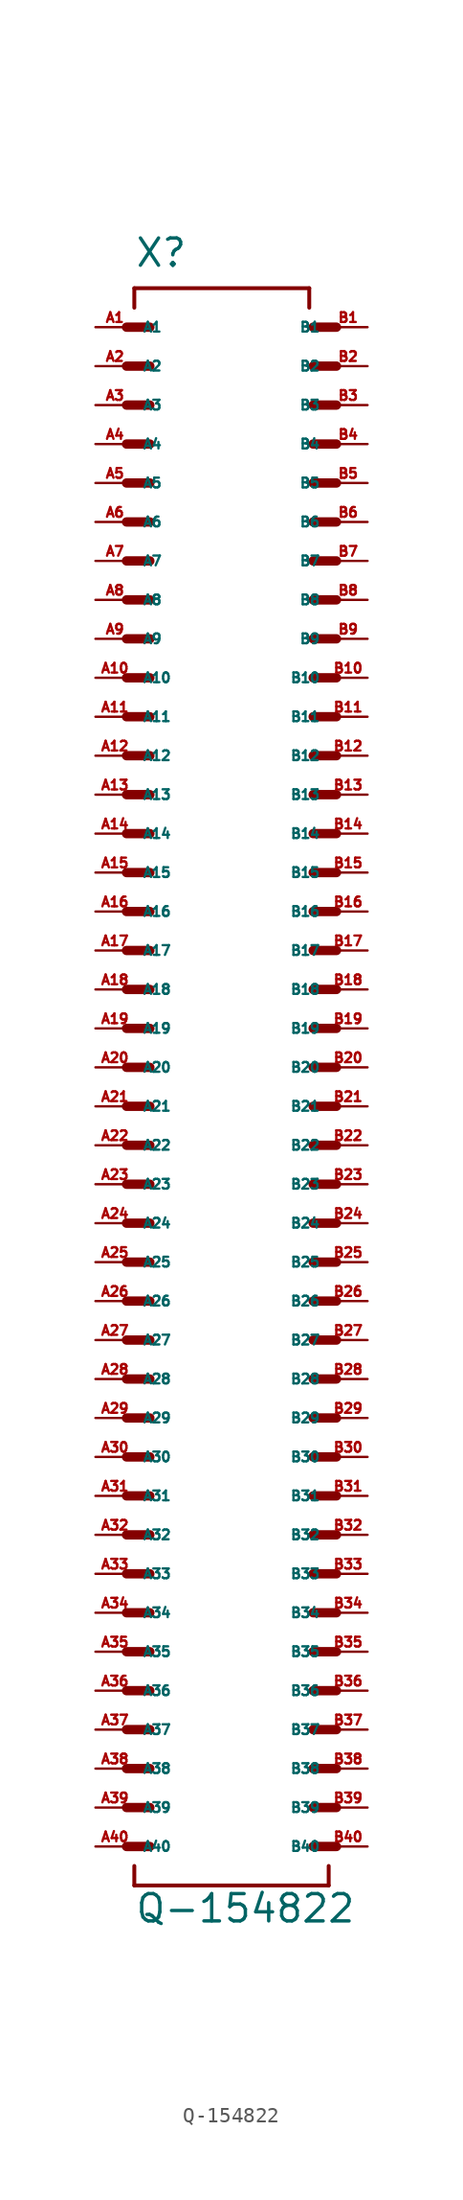
<source format=kicad_sym>
(kicad_symbol_lib
  (version 20220914)
  (generator Eagle2Kicad)
  (symbol "Q-154822"
    (property "Reference" "X"
      (at -5.08 52.07 0)
      (effects (font (size 1.778 1.778) (thickness 0.22)) (justify left bottom)))
    (property "Value" "Q-154822"
      (at -5.08 -55.88 0)
      (effects (font (size 1.778 1.778) (thickness 0.22)) (justify left bottom)))
    (polyline
      (pts (xy -5.588 48.26) (xy -4.064 48.26))
      (stroke (width 0.61) (type default))
      (fill (type none)))
    (polyline
      (pts (xy -5.588 45.72) (xy -4.064 45.72))
      (stroke (width 0.61) (type default))
      (fill (type none)))
    (polyline
      (pts (xy -5.588 43.18) (xy -4.064 43.18))
      (stroke (width 0.61) (type default))
      (fill (type none)))
    (polyline
      (pts (xy -5.588 40.64) (xy -4.064 40.64))
      (stroke (width 0.61) (type default))
      (fill (type none)))
    (polyline
      (pts (xy -5.588 38.1) (xy -4.064 38.1))
      (stroke (width 0.61) (type default))
      (fill (type none)))
    (polyline
      (pts (xy -5.588 35.56) (xy -4.064 35.56))
      (stroke (width 0.61) (type default))
      (fill (type none)))
    (polyline
      (pts (xy 8.128 35.56) (xy 6.604 35.56))
      (stroke (width 0.61) (type default))
      (fill (type none)))
    (polyline
      (pts (xy 8.128 38.1) (xy 6.604 38.1))
      (stroke (width 0.61) (type default))
      (fill (type none)))
    (polyline
      (pts (xy 8.128 40.64) (xy 6.604 40.64))
      (stroke (width 0.61) (type default))
      (fill (type none)))
    (polyline
      (pts (xy 8.128 43.18) (xy 6.604 43.18))
      (stroke (width 0.61) (type default))
      (fill (type none)))
    (polyline
      (pts (xy 8.128 45.72) (xy 6.604 45.72))
      (stroke (width 0.61) (type default))
      (fill (type none)))
    (polyline
      (pts (xy 8.128 48.26) (xy 6.604 48.26))
      (stroke (width 0.61) (type default))
      (fill (type none)))
    (polyline
      (pts (xy -5.08 49.53) (xy -5.08 50.8))
      (stroke (width 0.254) (type default))
      (fill (type none)))
    (polyline
      (pts (xy -5.08 50.8) (xy 6.35 50.8))
      (stroke (width 0.254) (type default))
      (fill (type none)))
    (polyline
      (pts (xy 6.35 50.8) (xy 6.35 49.53))
      (stroke (width 0.254) (type default))
      (fill (type none)))
    (polyline
      (pts (xy -5.08 -52.07) (xy -5.08 -53.34))
      (stroke (width 0.254) (type default))
      (fill (type none)))
    (polyline
      (pts (xy -5.08 -53.34) (xy 7.62 -53.34))
      (stroke (width 0.254) (type default))
      (fill (type none)))
    (polyline
      (pts (xy 7.62 -53.34) (xy 7.62 -52.07))
      (stroke (width 0.254) (type default))
      (fill (type none)))
    (polyline
      (pts (xy -5.588 33.02) (xy -4.064 33.02))
      (stroke (width 0.61) (type default))
      (fill (type none)))
    (polyline
      (pts (xy -5.588 30.48) (xy -4.064 30.48))
      (stroke (width 0.61) (type default))
      (fill (type none)))
    (polyline
      (pts (xy -5.588 27.94) (xy -4.064 27.94))
      (stroke (width 0.61) (type default))
      (fill (type none)))
    (polyline
      (pts (xy -5.588 25.4) (xy -4.064 25.4))
      (stroke (width 0.61) (type default))
      (fill (type none)))
    (polyline
      (pts (xy -5.588 22.86) (xy -4.064 22.86))
      (stroke (width 0.61) (type default))
      (fill (type none)))
    (polyline
      (pts (xy -5.588 20.32) (xy -4.064 20.32))
      (stroke (width 0.61) (type default))
      (fill (type none)))
    (polyline
      (pts (xy 8.128 20.32) (xy 6.604 20.32))
      (stroke (width 0.61) (type default))
      (fill (type none)))
    (polyline
      (pts (xy 8.128 22.86) (xy 6.604 22.86))
      (stroke (width 0.61) (type default))
      (fill (type none)))
    (polyline
      (pts (xy 8.128 25.4) (xy 6.604 25.4))
      (stroke (width 0.61) (type default))
      (fill (type none)))
    (polyline
      (pts (xy 8.128 27.94) (xy 6.604 27.94))
      (stroke (width 0.61) (type default))
      (fill (type none)))
    (polyline
      (pts (xy 8.128 30.48) (xy 6.604 30.48))
      (stroke (width 0.61) (type default))
      (fill (type none)))
    (polyline
      (pts (xy 8.128 33.02) (xy 6.604 33.02))
      (stroke (width 0.61) (type default))
      (fill (type none)))
    (polyline
      (pts (xy -5.588 17.78) (xy -4.064 17.78))
      (stroke (width 0.61) (type default))
      (fill (type none)))
    (polyline
      (pts (xy 8.128 17.78) (xy 6.604 17.78))
      (stroke (width 0.61) (type default))
      (fill (type none)))
    (polyline
      (pts (xy -5.588 15.24) (xy -4.064 15.24))
      (stroke (width 0.61) (type default))
      (fill (type none)))
    (polyline
      (pts (xy -5.588 12.7) (xy -4.064 12.7))
      (stroke (width 0.61) (type default))
      (fill (type none)))
    (polyline
      (pts (xy -5.588 10.16) (xy -4.064 10.16))
      (stroke (width 0.61) (type default))
      (fill (type none)))
    (polyline
      (pts (xy -5.588 7.62) (xy -4.064 7.62))
      (stroke (width 0.61) (type default))
      (fill (type none)))
    (polyline
      (pts (xy -5.588 5.08) (xy -4.064 5.08))
      (stroke (width 0.61) (type default))
      (fill (type none)))
    (polyline
      (pts (xy -5.588 2.54) (xy -4.064 2.54))
      (stroke (width 0.61) (type default))
      (fill (type none)))
    (polyline
      (pts (xy 8.128 2.54) (xy 6.604 2.54))
      (stroke (width 0.61) (type default))
      (fill (type none)))
    (polyline
      (pts (xy 8.128 5.08) (xy 6.604 5.08))
      (stroke (width 0.61) (type default))
      (fill (type none)))
    (polyline
      (pts (xy 8.128 7.62) (xy 6.604 7.62))
      (stroke (width 0.61) (type default))
      (fill (type none)))
    (polyline
      (pts (xy 8.128 10.16) (xy 6.604 10.16))
      (stroke (width 0.61) (type default))
      (fill (type none)))
    (polyline
      (pts (xy 8.128 12.7) (xy 6.604 12.7))
      (stroke (width 0.61) (type default))
      (fill (type none)))
    (polyline
      (pts (xy 8.128 15.24) (xy 6.604 15.24))
      (stroke (width 0.61) (type default))
      (fill (type none)))
    (polyline
      (pts (xy -5.588 0) (xy -4.064 0))
      (stroke (width 0.61) (type default))
      (fill (type none)))
    (polyline
      (pts (xy -5.588 -2.54) (xy -4.064 -2.54))
      (stroke (width 0.61) (type default))
      (fill (type none)))
    (polyline
      (pts (xy -5.588 -5.08) (xy -4.064 -5.08))
      (stroke (width 0.61) (type default))
      (fill (type none)))
    (polyline
      (pts (xy -5.588 -7.62) (xy -4.064 -7.62))
      (stroke (width 0.61) (type default))
      (fill (type none)))
    (polyline
      (pts (xy -5.588 -10.16) (xy -4.064 -10.16))
      (stroke (width 0.61) (type default))
      (fill (type none)))
    (polyline
      (pts (xy -5.588 -12.7) (xy -4.064 -12.7))
      (stroke (width 0.61) (type default))
      (fill (type none)))
    (polyline
      (pts (xy 8.128 -12.7) (xy 6.604 -12.7))
      (stroke (width 0.61) (type default))
      (fill (type none)))
    (polyline
      (pts (xy 8.128 -10.16) (xy 6.604 -10.16))
      (stroke (width 0.61) (type default))
      (fill (type none)))
    (polyline
      (pts (xy 8.128 -7.62) (xy 6.604 -7.62))
      (stroke (width 0.61) (type default))
      (fill (type none)))
    (polyline
      (pts (xy 8.128 -5.08) (xy 6.604 -5.08))
      (stroke (width 0.61) (type default))
      (fill (type none)))
    (polyline
      (pts (xy 8.128 -2.54) (xy 6.604 -2.54))
      (stroke (width 0.61) (type default))
      (fill (type none)))
    (polyline
      (pts (xy 8.128 0) (xy 6.604 0))
      (stroke (width 0.61) (type default))
      (fill (type none)))
    (polyline
      (pts (xy -5.588 -15.24) (xy -4.064 -15.24))
      (stroke (width 0.61) (type default))
      (fill (type none)))
    (polyline
      (pts (xy -5.588 -17.78) (xy -4.064 -17.78))
      (stroke (width 0.61) (type default))
      (fill (type none)))
    (polyline
      (pts (xy -5.588 -20.32) (xy -4.064 -20.32))
      (stroke (width 0.61) (type default))
      (fill (type none)))
    (polyline
      (pts (xy -5.588 -22.86) (xy -4.064 -22.86))
      (stroke (width 0.61) (type default))
      (fill (type none)))
    (polyline
      (pts (xy -5.588 -25.4) (xy -4.064 -25.4))
      (stroke (width 0.61) (type default))
      (fill (type none)))
    (polyline
      (pts (xy -5.588 -27.94) (xy -4.064 -27.94))
      (stroke (width 0.61) (type default))
      (fill (type none)))
    (polyline
      (pts (xy 8.128 -27.94) (xy 6.604 -27.94))
      (stroke (width 0.61) (type default))
      (fill (type none)))
    (polyline
      (pts (xy 8.128 -25.4) (xy 6.604 -25.4))
      (stroke (width 0.61) (type default))
      (fill (type none)))
    (polyline
      (pts (xy 8.128 -22.86) (xy 6.604 -22.86))
      (stroke (width 0.61) (type default))
      (fill (type none)))
    (polyline
      (pts (xy 8.128 -20.32) (xy 6.604 -20.32))
      (stroke (width 0.61) (type default))
      (fill (type none)))
    (polyline
      (pts (xy 8.128 -17.78) (xy 6.604 -17.78))
      (stroke (width 0.61) (type default))
      (fill (type none)))
    (polyline
      (pts (xy 8.128 -15.24) (xy 6.604 -15.24))
      (stroke (width 0.61) (type default))
      (fill (type none)))
    (polyline
      (pts (xy -5.588 -30.48) (xy -4.064 -30.48))
      (stroke (width 0.61) (type default))
      (fill (type none)))
    (polyline
      (pts (xy -5.588 -33.02) (xy -4.064 -33.02))
      (stroke (width 0.61) (type default))
      (fill (type none)))
    (polyline
      (pts (xy -5.588 -35.56) (xy -4.064 -35.56))
      (stroke (width 0.61) (type default))
      (fill (type none)))
    (polyline
      (pts (xy 8.128 -35.56) (xy 6.604 -35.56))
      (stroke (width 0.61) (type default))
      (fill (type none)))
    (polyline
      (pts (xy 8.128 -33.02) (xy 6.604 -33.02))
      (stroke (width 0.61) (type default))
      (fill (type none)))
    (polyline
      (pts (xy 8.128 -30.48) (xy 6.604 -30.48))
      (stroke (width 0.61) (type default))
      (fill (type none)))
    (polyline
      (pts (xy -5.588 -38.1) (xy -4.064 -38.1))
      (stroke (width 0.61) (type default))
      (fill (type none)))
    (polyline
      (pts (xy -5.588 -40.64) (xy -4.064 -40.64))
      (stroke (width 0.61) (type default))
      (fill (type none)))
    (polyline
      (pts (xy -5.588 -43.18) (xy -4.064 -43.18))
      (stroke (width 0.61) (type default))
      (fill (type none)))
    (polyline
      (pts (xy 8.128 -43.18) (xy 6.604 -43.18))
      (stroke (width 0.61) (type default))
      (fill (type none)))
    (polyline
      (pts (xy 8.128 -40.64) (xy 6.604 -40.64))
      (stroke (width 0.61) (type default))
      (fill (type none)))
    (polyline
      (pts (xy 8.128 -38.1) (xy 6.604 -38.1))
      (stroke (width 0.61) (type default))
      (fill (type none)))
    (polyline
      (pts (xy -5.588 -45.72) (xy -4.064 -45.72))
      (stroke (width 0.61) (type default))
      (fill (type none)))
    (polyline
      (pts (xy -5.588 -48.26) (xy -4.064 -48.26))
      (stroke (width 0.61) (type default))
      (fill (type none)))
    (polyline
      (pts (xy -5.588 -50.8) (xy -4.064 -50.8))
      (stroke (width 0.61) (type default))
      (fill (type none)))
    (polyline
      (pts (xy 8.128 -50.8) (xy 6.604 -50.8))
      (stroke (width 0.61) (type default))
      (fill (type none)))
    (polyline
      (pts (xy 8.128 -48.26) (xy 6.604 -48.26))
      (stroke (width 0.61) (type default))
      (fill (type none)))
    (polyline
      (pts (xy 8.128 -45.72) (xy 6.604 -45.72))
      (stroke (width 0.61) (type default))
      (fill (type none)))
    (pin passive line
      (at -7.62 48.26 0)
      (length 2.54)
      (name "A1" (effects (font (size 0.635 0.635) (thickness 0.08)) (justify left bottom)))
      (number "A1" (effects (font (size 0.635 0.635) (thickness 0.08)) (justify left bottom))))
    (pin passive line
      (at -7.62 45.72 0)
      (length 2.54)
      (name "A2" (effects (font (size 0.635 0.635) (thickness 0.08)) (justify left bottom)))
      (number "A2" (effects (font (size 0.635 0.635) (thickness 0.08)) (justify left bottom))))
    (pin passive line
      (at -7.62 43.18 0)
      (length 2.54)
      (name "A3" (effects (font (size 0.635 0.635) (thickness 0.08)) (justify left bottom)))
      (number "A3" (effects (font (size 0.635 0.635) (thickness 0.08)) (justify left bottom))))
    (pin passive line
      (at -7.62 40.64 0)
      (length 2.54)
      (name "A4" (effects (font (size 0.635 0.635) (thickness 0.08)) (justify left bottom)))
      (number "A4" (effects (font (size 0.635 0.635) (thickness 0.08)) (justify left bottom))))
    (pin passive line
      (at -7.62 38.1 0)
      (length 2.54)
      (name "A5" (effects (font (size 0.635 0.635) (thickness 0.08)) (justify left bottom)))
      (number "A5" (effects (font (size 0.635 0.635) (thickness 0.08)) (justify left bottom))))
    (pin passive line
      (at -7.62 35.56 0)
      (length 2.54)
      (name "A6" (effects (font (size 0.635 0.635) (thickness 0.08)) (justify left bottom)))
      (number "A6" (effects (font (size 0.635 0.635) (thickness 0.08)) (justify left bottom))))
    (pin passive line
      (at 10.16 48.26 180)
      (length 2.54)
      (name "B1" (effects (font (size 0.635 0.635) (thickness 0.08)) (justify left bottom)))
      (number "B1" (effects (font (size 0.635 0.635) (thickness 0.08)) (justify left bottom))))
    (pin passive line
      (at 10.16 45.72 180)
      (length 2.54)
      (name "B2" (effects (font (size 0.635 0.635) (thickness 0.08)) (justify left bottom)))
      (number "B2" (effects (font (size 0.635 0.635) (thickness 0.08)) (justify left bottom))))
    (pin passive line
      (at 10.16 43.18 180)
      (length 2.54)
      (name "B3" (effects (font (size 0.635 0.635) (thickness 0.08)) (justify left bottom)))
      (number "B3" (effects (font (size 0.635 0.635) (thickness 0.08)) (justify left bottom))))
    (pin passive line
      (at 10.16 40.64 180)
      (length 2.54)
      (name "B4" (effects (font (size 0.635 0.635) (thickness 0.08)) (justify left bottom)))
      (number "B4" (effects (font (size 0.635 0.635) (thickness 0.08)) (justify left bottom))))
    (pin passive line
      (at 10.16 38.1 180)
      (length 2.54)
      (name "B5" (effects (font (size 0.635 0.635) (thickness 0.08)) (justify left bottom)))
      (number "B5" (effects (font (size 0.635 0.635) (thickness 0.08)) (justify left bottom))))
    (pin passive line
      (at 10.16 35.56 180)
      (length 2.54)
      (name "B6" (effects (font (size 0.635 0.635) (thickness 0.08)) (justify left bottom)))
      (number "B6" (effects (font (size 0.635 0.635) (thickness 0.08)) (justify left bottom))))
    (pin passive line
      (at -7.62 33.02 0)
      (length 2.54)
      (name "A7" (effects (font (size 0.635 0.635) (thickness 0.08)) (justify left bottom)))
      (number "A7" (effects (font (size 0.635 0.635) (thickness 0.08)) (justify left bottom))))
    (pin passive line
      (at -7.62 30.48 0)
      (length 2.54)
      (name "A8" (effects (font (size 0.635 0.635) (thickness 0.08)) (justify left bottom)))
      (number "A8" (effects (font (size 0.635 0.635) (thickness 0.08)) (justify left bottom))))
    (pin passive line
      (at -7.62 27.94 0)
      (length 2.54)
      (name "A9" (effects (font (size 0.635 0.635) (thickness 0.08)) (justify left bottom)))
      (number "A9" (effects (font (size 0.635 0.635) (thickness 0.08)) (justify left bottom))))
    (pin passive line
      (at -7.62 25.4 0)
      (length 2.54)
      (name "A10" (effects (font (size 0.635 0.635) (thickness 0.08)) (justify left bottom)))
      (number "A10" (effects (font (size 0.635 0.635) (thickness 0.08)) (justify left bottom))))
    (pin passive line
      (at -7.62 22.86 0)
      (length 2.54)
      (name "A11" (effects (font (size 0.635 0.635) (thickness 0.08)) (justify left bottom)))
      (number "A11" (effects (font (size 0.635 0.635) (thickness 0.08)) (justify left bottom))))
    (pin passive line
      (at -7.62 20.32 0)
      (length 2.54)
      (name "A12" (effects (font (size 0.635 0.635) (thickness 0.08)) (justify left bottom)))
      (number "A12" (effects (font (size 0.635 0.635) (thickness 0.08)) (justify left bottom))))
    (pin passive line
      (at 10.16 33.02 180)
      (length 2.54)
      (name "B7" (effects (font (size 0.635 0.635) (thickness 0.08)) (justify left bottom)))
      (number "B7" (effects (font (size 0.635 0.635) (thickness 0.08)) (justify left bottom))))
    (pin passive line
      (at 10.16 30.48 180)
      (length 2.54)
      (name "B8" (effects (font (size 0.635 0.635) (thickness 0.08)) (justify left bottom)))
      (number "B8" (effects (font (size 0.635 0.635) (thickness 0.08)) (justify left bottom))))
    (pin passive line
      (at 10.16 27.94 180)
      (length 2.54)
      (name "B9" (effects (font (size 0.635 0.635) (thickness 0.08)) (justify left bottom)))
      (number "B9" (effects (font (size 0.635 0.635) (thickness 0.08)) (justify left bottom))))
    (pin passive line
      (at 10.16 25.4 180)
      (length 2.54)
      (name "B10" (effects (font (size 0.635 0.635) (thickness 0.08)) (justify left bottom)))
      (number "B10" (effects (font (size 0.635 0.635) (thickness 0.08)) (justify left bottom))))
    (pin passive line
      (at 10.16 22.86 180)
      (length 2.54)
      (name "B11" (effects (font (size 0.635 0.635) (thickness 0.08)) (justify left bottom)))
      (number "B11" (effects (font (size 0.635 0.635) (thickness 0.08)) (justify left bottom))))
    (pin passive line
      (at 10.16 20.32 180)
      (length 2.54)
      (name "B12" (effects (font (size 0.635 0.635) (thickness 0.08)) (justify left bottom)))
      (number "B12" (effects (font (size 0.635 0.635) (thickness 0.08)) (justify left bottom))))
    (pin passive line
      (at -7.62 17.78 0)
      (length 2.54)
      (name "A13" (effects (font (size 0.635 0.635) (thickness 0.08)) (justify left bottom)))
      (number "A13" (effects (font (size 0.635 0.635) (thickness 0.08)) (justify left bottom))))
    (pin passive line
      (at 10.16 17.78 180)
      (length 2.54)
      (name "B13" (effects (font (size 0.635 0.635) (thickness 0.08)) (justify left bottom)))
      (number "B13" (effects (font (size 0.635 0.635) (thickness 0.08)) (justify left bottom))))
    (pin passive line
      (at -7.62 15.24 0)
      (length 2.54)
      (name "A14" (effects (font (size 0.635 0.635) (thickness 0.08)) (justify left bottom)))
      (number "A14" (effects (font (size 0.635 0.635) (thickness 0.08)) (justify left bottom))))
    (pin passive line
      (at -7.62 12.7 0)
      (length 2.54)
      (name "A15" (effects (font (size 0.635 0.635) (thickness 0.08)) (justify left bottom)))
      (number "A15" (effects (font (size 0.635 0.635) (thickness 0.08)) (justify left bottom))))
    (pin passive line
      (at -7.62 10.16 0)
      (length 2.54)
      (name "A16" (effects (font (size 0.635 0.635) (thickness 0.08)) (justify left bottom)))
      (number "A16" (effects (font (size 0.635 0.635) (thickness 0.08)) (justify left bottom))))
    (pin passive line
      (at -7.62 7.62 0)
      (length 2.54)
      (name "A17" (effects (font (size 0.635 0.635) (thickness 0.08)) (justify left bottom)))
      (number "A17" (effects (font (size 0.635 0.635) (thickness 0.08)) (justify left bottom))))
    (pin passive line
      (at -7.62 5.08 0)
      (length 2.54)
      (name "A18" (effects (font (size 0.635 0.635) (thickness 0.08)) (justify left bottom)))
      (number "A18" (effects (font (size 0.635 0.635) (thickness 0.08)) (justify left bottom))))
    (pin passive line
      (at -7.62 2.54 0)
      (length 2.54)
      (name "A19" (effects (font (size 0.635 0.635) (thickness 0.08)) (justify left bottom)))
      (number "A19" (effects (font (size 0.635 0.635) (thickness 0.08)) (justify left bottom))))
    (pin passive line
      (at 10.16 15.24 180)
      (length 2.54)
      (name "B14" (effects (font (size 0.635 0.635) (thickness 0.08)) (justify left bottom)))
      (number "B14" (effects (font (size 0.635 0.635) (thickness 0.08)) (justify left bottom))))
    (pin passive line
      (at 10.16 12.7 180)
      (length 2.54)
      (name "B15" (effects (font (size 0.635 0.635) (thickness 0.08)) (justify left bottom)))
      (number "B15" (effects (font (size 0.635 0.635) (thickness 0.08)) (justify left bottom))))
    (pin passive line
      (at 10.16 10.16 180)
      (length 2.54)
      (name "B16" (effects (font (size 0.635 0.635) (thickness 0.08)) (justify left bottom)))
      (number "B16" (effects (font (size 0.635 0.635) (thickness 0.08)) (justify left bottom))))
    (pin passive line
      (at 10.16 7.62 180)
      (length 2.54)
      (name "B17" (effects (font (size 0.635 0.635) (thickness 0.08)) (justify left bottom)))
      (number "B17" (effects (font (size 0.635 0.635) (thickness 0.08)) (justify left bottom))))
    (pin passive line
      (at 10.16 5.08 180)
      (length 2.54)
      (name "B18" (effects (font (size 0.635 0.635) (thickness 0.08)) (justify left bottom)))
      (number "B18" (effects (font (size 0.635 0.635) (thickness 0.08)) (justify left bottom))))
    (pin passive line
      (at 10.16 2.54 180)
      (length 2.54)
      (name "B19" (effects (font (size 0.635 0.635) (thickness 0.08)) (justify left bottom)))
      (number "B19" (effects (font (size 0.635 0.635) (thickness 0.08)) (justify left bottom))))
    (pin passive line
      (at -7.62 0 0)
      (length 2.54)
      (name "A20" (effects (font (size 0.635 0.635) (thickness 0.08)) (justify left bottom)))
      (number "A20" (effects (font (size 0.635 0.635) (thickness 0.08)) (justify left bottom))))
    (pin passive line
      (at -7.62 -2.54 0)
      (length 2.54)
      (name "A21" (effects (font (size 0.635 0.635) (thickness 0.08)) (justify left bottom)))
      (number "A21" (effects (font (size 0.635 0.635) (thickness 0.08)) (justify left bottom))))
    (pin passive line
      (at -7.62 -5.08 0)
      (length 2.54)
      (name "A22" (effects (font (size 0.635 0.635) (thickness 0.08)) (justify left bottom)))
      (number "A22" (effects (font (size 0.635 0.635) (thickness 0.08)) (justify left bottom))))
    (pin passive line
      (at -7.62 -7.62 0)
      (length 2.54)
      (name "A23" (effects (font (size 0.635 0.635) (thickness 0.08)) (justify left bottom)))
      (number "A23" (effects (font (size 0.635 0.635) (thickness 0.08)) (justify left bottom))))
    (pin passive line
      (at -7.62 -10.16 0)
      (length 2.54)
      (name "A24" (effects (font (size 0.635 0.635) (thickness 0.08)) (justify left bottom)))
      (number "A24" (effects (font (size 0.635 0.635) (thickness 0.08)) (justify left bottom))))
    (pin passive line
      (at -7.62 -12.7 0)
      (length 2.54)
      (name "A25" (effects (font (size 0.635 0.635) (thickness 0.08)) (justify left bottom)))
      (number "A25" (effects (font (size 0.635 0.635) (thickness 0.08)) (justify left bottom))))
    (pin passive line
      (at 10.16 0 180)
      (length 2.54)
      (name "B20" (effects (font (size 0.635 0.635) (thickness 0.08)) (justify left bottom)))
      (number "B20" (effects (font (size 0.635 0.635) (thickness 0.08)) (justify left bottom))))
    (pin passive line
      (at 10.16 -2.54 180)
      (length 2.54)
      (name "B21" (effects (font (size 0.635 0.635) (thickness 0.08)) (justify left bottom)))
      (number "B21" (effects (font (size 0.635 0.635) (thickness 0.08)) (justify left bottom))))
    (pin passive line
      (at 10.16 -5.08 180)
      (length 2.54)
      (name "B22" (effects (font (size 0.635 0.635) (thickness 0.08)) (justify left bottom)))
      (number "B22" (effects (font (size 0.635 0.635) (thickness 0.08)) (justify left bottom))))
    (pin passive line
      (at 10.16 -7.62 180)
      (length 2.54)
      (name "B23" (effects (font (size 0.635 0.635) (thickness 0.08)) (justify left bottom)))
      (number "B23" (effects (font (size 0.635 0.635) (thickness 0.08)) (justify left bottom))))
    (pin passive line
      (at 10.16 -10.16 180)
      (length 2.54)
      (name "B24" (effects (font (size 0.635 0.635) (thickness 0.08)) (justify left bottom)))
      (number "B24" (effects (font (size 0.635 0.635) (thickness 0.08)) (justify left bottom))))
    (pin passive line
      (at 10.16 -12.7 180)
      (length 2.54)
      (name "B25" (effects (font (size 0.635 0.635) (thickness 0.08)) (justify left bottom)))
      (number "B25" (effects (font (size 0.635 0.635) (thickness 0.08)) (justify left bottom))))
    (pin passive line
      (at -7.62 -15.24 0)
      (length 2.54)
      (name "A26" (effects (font (size 0.635 0.635) (thickness 0.08)) (justify left bottom)))
      (number "A26" (effects (font (size 0.635 0.635) (thickness 0.08)) (justify left bottom))))
    (pin passive line
      (at -7.62 -17.78 0)
      (length 2.54)
      (name "A27" (effects (font (size 0.635 0.635) (thickness 0.08)) (justify left bottom)))
      (number "A27" (effects (font (size 0.635 0.635) (thickness 0.08)) (justify left bottom))))
    (pin passive line
      (at -7.62 -20.32 0)
      (length 2.54)
      (name "A28" (effects (font (size 0.635 0.635) (thickness 0.08)) (justify left bottom)))
      (number "A28" (effects (font (size 0.635 0.635) (thickness 0.08)) (justify left bottom))))
    (pin passive line
      (at -7.62 -22.86 0)
      (length 2.54)
      (name "A29" (effects (font (size 0.635 0.635) (thickness 0.08)) (justify left bottom)))
      (number "A29" (effects (font (size 0.635 0.635) (thickness 0.08)) (justify left bottom))))
    (pin passive line
      (at -7.62 -25.4 0)
      (length 2.54)
      (name "A30" (effects (font (size 0.635 0.635) (thickness 0.08)) (justify left bottom)))
      (number "A30" (effects (font (size 0.635 0.635) (thickness 0.08)) (justify left bottom))))
    (pin passive line
      (at -7.62 -27.94 0)
      (length 2.54)
      (name "A31" (effects (font (size 0.635 0.635) (thickness 0.08)) (justify left bottom)))
      (number "A31" (effects (font (size 0.635 0.635) (thickness 0.08)) (justify left bottom))))
    (pin passive line
      (at 10.16 -15.24 180)
      (length 2.54)
      (name "B26" (effects (font (size 0.635 0.635) (thickness 0.08)) (justify left bottom)))
      (number "B26" (effects (font (size 0.635 0.635) (thickness 0.08)) (justify left bottom))))
    (pin passive line
      (at 10.16 -17.78 180)
      (length 2.54)
      (name "B27" (effects (font (size 0.635 0.635) (thickness 0.08)) (justify left bottom)))
      (number "B27" (effects (font (size 0.635 0.635) (thickness 0.08)) (justify left bottom))))
    (pin passive line
      (at 10.16 -20.32 180)
      (length 2.54)
      (name "B28" (effects (font (size 0.635 0.635) (thickness 0.08)) (justify left bottom)))
      (number "B28" (effects (font (size 0.635 0.635) (thickness 0.08)) (justify left bottom))))
    (pin passive line
      (at 10.16 -22.86 180)
      (length 2.54)
      (name "B29" (effects (font (size 0.635 0.635) (thickness 0.08)) (justify left bottom)))
      (number "B29" (effects (font (size 0.635 0.635) (thickness 0.08)) (justify left bottom))))
    (pin passive line
      (at 10.16 -25.4 180)
      (length 2.54)
      (name "B30" (effects (font (size 0.635 0.635) (thickness 0.08)) (justify left bottom)))
      (number "B30" (effects (font (size 0.635 0.635) (thickness 0.08)) (justify left bottom))))
    (pin passive line
      (at 10.16 -27.94 180)
      (length 2.54)
      (name "B31" (effects (font (size 0.635 0.635) (thickness 0.08)) (justify left bottom)))
      (number "B31" (effects (font (size 0.635 0.635) (thickness 0.08)) (justify left bottom))))
    (pin passive line
      (at -7.62 -30.48 0)
      (length 2.54)
      (name "A32" (effects (font (size 0.635 0.635) (thickness 0.08)) (justify left bottom)))
      (number "A32" (effects (font (size 0.635 0.635) (thickness 0.08)) (justify left bottom))))
    (pin passive line
      (at -7.62 -33.02 0)
      (length 2.54)
      (name "A33" (effects (font (size 0.635 0.635) (thickness 0.08)) (justify left bottom)))
      (number "A33" (effects (font (size 0.635 0.635) (thickness 0.08)) (justify left bottom))))
    (pin passive line
      (at -7.62 -35.56 0)
      (length 2.54)
      (name "A34" (effects (font (size 0.635 0.635) (thickness 0.08)) (justify left bottom)))
      (number "A34" (effects (font (size 0.635 0.635) (thickness 0.08)) (justify left bottom))))
    (pin passive line
      (at 10.16 -30.48 180)
      (length 2.54)
      (name "B32" (effects (font (size 0.635 0.635) (thickness 0.08)) (justify left bottom)))
      (number "B32" (effects (font (size 0.635 0.635) (thickness 0.08)) (justify left bottom))))
    (pin passive line
      (at 10.16 -33.02 180)
      (length 2.54)
      (name "B33" (effects (font (size 0.635 0.635) (thickness 0.08)) (justify left bottom)))
      (number "B33" (effects (font (size 0.635 0.635) (thickness 0.08)) (justify left bottom))))
    (pin passive line
      (at 10.16 -35.56 180)
      (length 2.54)
      (name "B34" (effects (font (size 0.635 0.635) (thickness 0.08)) (justify left bottom)))
      (number "B34" (effects (font (size 0.635 0.635) (thickness 0.08)) (justify left bottom))))
    (pin passive line
      (at -7.62 -38.1 0)
      (length 2.54)
      (name "A35" (effects (font (size 0.635 0.635) (thickness 0.08)) (justify left bottom)))
      (number "A35" (effects (font (size 0.635 0.635) (thickness 0.08)) (justify left bottom))))
    (pin passive line
      (at -7.62 -40.64 0)
      (length 2.54)
      (name "A36" (effects (font (size 0.635 0.635) (thickness 0.08)) (justify left bottom)))
      (number "A36" (effects (font (size 0.635 0.635) (thickness 0.08)) (justify left bottom))))
    (pin passive line
      (at -7.62 -43.18 0)
      (length 2.54)
      (name "A37" (effects (font (size 0.635 0.635) (thickness 0.08)) (justify left bottom)))
      (number "A37" (effects (font (size 0.635 0.635) (thickness 0.08)) (justify left bottom))))
    (pin passive line
      (at 10.16 -38.1 180)
      (length 2.54)
      (name "B35" (effects (font (size 0.635 0.635) (thickness 0.08)) (justify left bottom)))
      (number "B35" (effects (font (size 0.635 0.635) (thickness 0.08)) (justify left bottom))))
    (pin passive line
      (at 10.16 -40.64 180)
      (length 2.54)
      (name "B36" (effects (font (size 0.635 0.635) (thickness 0.08)) (justify left bottom)))
      (number "B36" (effects (font (size 0.635 0.635) (thickness 0.08)) (justify left bottom))))
    (pin passive line
      (at 10.16 -43.18 180)
      (length 2.54)
      (name "B37" (effects (font (size 0.635 0.635) (thickness 0.08)) (justify left bottom)))
      (number "B37" (effects (font (size 0.635 0.635) (thickness 0.08)) (justify left bottom))))
    (pin passive line
      (at -7.62 -45.72 0)
      (length 2.54)
      (name "A38" (effects (font (size 0.635 0.635) (thickness 0.08)) (justify left bottom)))
      (number "A38" (effects (font (size 0.635 0.635) (thickness 0.08)) (justify left bottom))))
    (pin passive line
      (at -7.62 -48.26 0)
      (length 2.54)
      (name "A39" (effects (font (size 0.635 0.635) (thickness 0.08)) (justify left bottom)))
      (number "A39" (effects (font (size 0.635 0.635) (thickness 0.08)) (justify left bottom))))
    (pin passive line
      (at -7.62 -50.8 0)
      (length 2.54)
      (name "A40" (effects (font (size 0.635 0.635) (thickness 0.08)) (justify left bottom)))
      (number "A40" (effects (font (size 0.635 0.635) (thickness 0.08)) (justify left bottom))))
    (pin passive line
      (at 10.16 -45.72 180)
      (length 2.54)
      (name "B38" (effects (font (size 0.635 0.635) (thickness 0.08)) (justify left bottom)))
      (number "B38" (effects (font (size 0.635 0.635) (thickness 0.08)) (justify left bottom))))
    (pin passive line
      (at 10.16 -48.26 180)
      (length 2.54)
      (name "B39" (effects (font (size 0.635 0.635) (thickness 0.08)) (justify left bottom)))
      (number "B39" (effects (font (size 0.635 0.635) (thickness 0.08)) (justify left bottom))))
    (pin passive line
      (at 10.16 -50.8 180)
      (length 2.54)
      (name "B40" (effects (font (size 0.635 0.635) (thickness 0.08)) (justify left bottom)))
      (number "B40" (effects (font (size 0.635 0.635) (thickness 0.08)) (justify left bottom))))))
</source>
